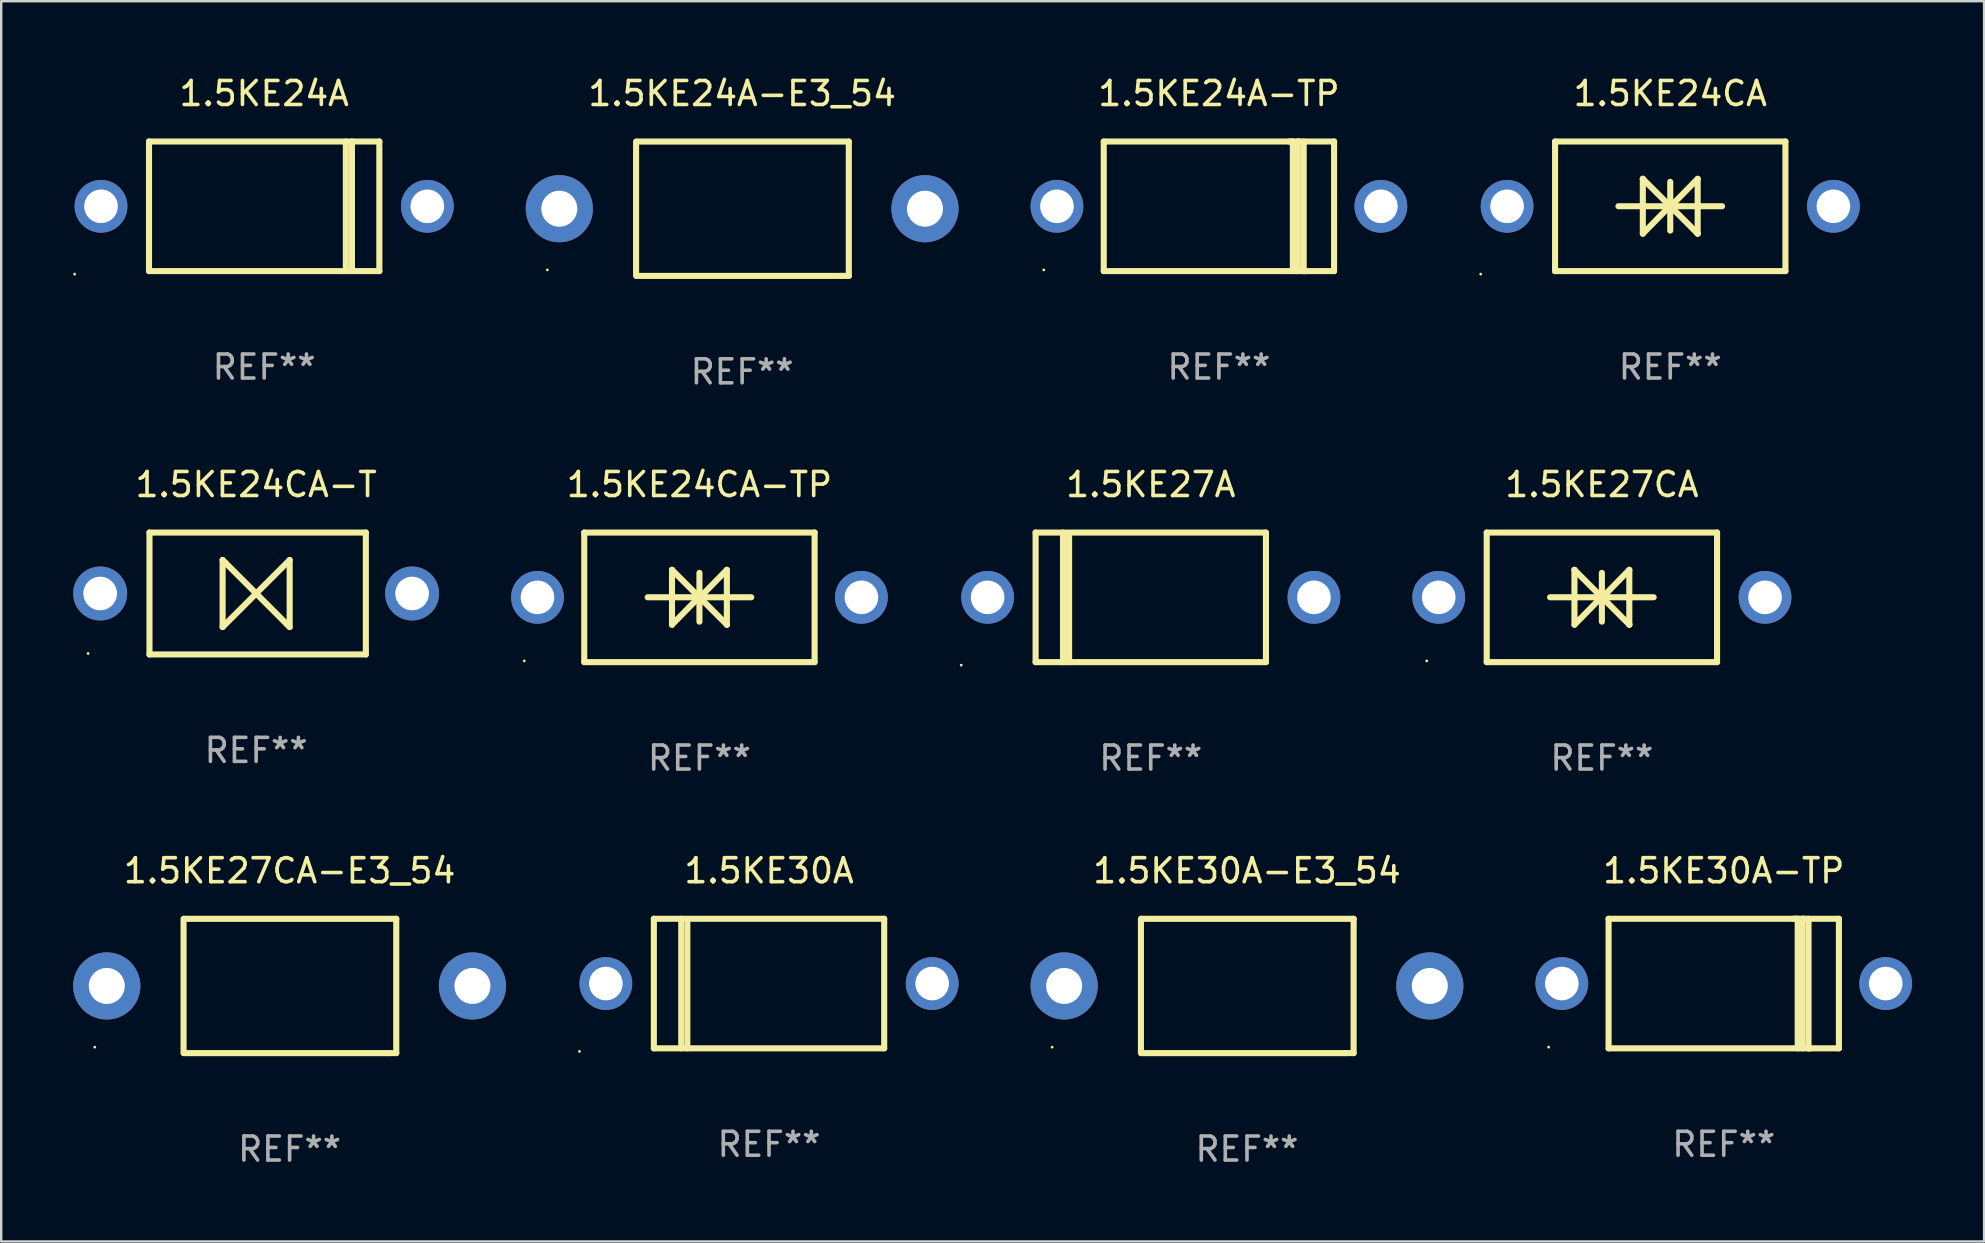
<source format=kicad_pcb>
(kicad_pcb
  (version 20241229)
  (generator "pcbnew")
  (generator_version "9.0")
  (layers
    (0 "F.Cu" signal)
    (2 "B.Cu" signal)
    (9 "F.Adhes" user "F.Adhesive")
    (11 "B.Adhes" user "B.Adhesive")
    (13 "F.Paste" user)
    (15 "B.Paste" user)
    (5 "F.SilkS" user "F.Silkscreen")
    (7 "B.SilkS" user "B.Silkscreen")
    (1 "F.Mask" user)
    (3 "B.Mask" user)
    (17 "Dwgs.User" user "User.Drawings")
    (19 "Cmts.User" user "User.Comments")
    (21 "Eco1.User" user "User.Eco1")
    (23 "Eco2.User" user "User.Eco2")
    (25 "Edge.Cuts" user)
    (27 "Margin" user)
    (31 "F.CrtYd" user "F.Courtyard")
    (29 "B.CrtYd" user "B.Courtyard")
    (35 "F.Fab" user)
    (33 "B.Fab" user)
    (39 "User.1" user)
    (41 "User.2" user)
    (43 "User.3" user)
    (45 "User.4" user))
  (footprint "1.5KE24CA-T"
    (layer "F.Cu")
    (at 7.625 21.685)
    (property "Reference" "1.5KE24CA-T" (at 0 -4.54 0) (layer "F.SilkS") (effects (font (size 1 1) (thickness 0.15))))
    (attr through_hole)
    (fp_line (start -4.445 -2.54) (end -4.445 2.54) (stroke (width 0.254) (type solid)) (layer "F.SilkS"))
    (fp_line (start -4.445 2.54) (end 4.572 2.54) (stroke (width 0.254) (type solid)) (layer "F.SilkS"))
    (fp_line (start -1.397 -1.397) (end -1.27 -1.27) (stroke (width 0.254) (type solid)) (layer "F.SilkS"))
    (fp_line (start -1.397 1.397) (end -1.397 -1.397) (stroke (width 0.254) (type solid)) (layer "F.SilkS"))
    (fp_line (start -1.27 -1.27) (end 0 0) (stroke (width 0.254) (type solid)) (layer "F.SilkS"))
    (fp_line (start 0 0) (end -1.397 1.397) (stroke (width 0.254) (type solid)) (layer "F.SilkS"))
    (fp_line (start 0 0) (end 1.397 -1.397) (stroke (width 0.254) (type solid)) (layer "F.SilkS"))
    (fp_line (start 1.27 1.27) (end 0 0) (stroke (width 0.254) (type solid)) (layer "F.SilkS"))
    (fp_line (start 1.397 -1.397) (end 1.397 1.397) (stroke (width 0.254) (type solid)) (layer "F.SilkS"))
    (fp_line (start 1.397 1.397) (end 1.27 1.27) (stroke (width 0.254) (type solid)) (layer "F.SilkS"))
    (fp_line (start 4.572 -2.54) (end -4.445 -2.54) (stroke (width 0.254) (type solid)) (layer "F.SilkS"))
    (fp_line (start 4.572 2.54) (end 4.572 -2.54) (stroke (width 0.254) (type solid)) (layer "F.SilkS"))
    (fp_circle (center -7.002 2.5) (end -6.972 2.5) (stroke (width 0.06) (type solid)) (fill no) (layer "F.SilkS"))
    (fp_text user "REF**" (at 0 6.54 0) (layer "F.Fab") (effects (font (size 1 1) (thickness 0.15))))
    (pad "1" thru_hole circle (at -6.5 0) (size 2.25 2.25) (drill 1.4) (layers "*.Cu" "*.Mask"))
    (pad "2" thru_hole circle (at 6.5 0) (size 2.25 2.25) (drill 1.4) (layers "*.Cu" "*.Mask")))
  (footprint "1.5KE27A"
    (layer "F.Cu")
    (at 44.91 21.845)
    (property "Reference" "1.5KE27A" (at 0 -4.7 0) (layer "F.SilkS") (effects (font (size 1 1) (thickness 0.15))))
    (attr through_hole)
    (fp_line (start -4.8 -2.7) (end 4.8 -2.7) (stroke (width 0.254) (type solid)) (layer "F.SilkS"))
    (fp_line (start -4.8 2.7) (end -4.8 -2.7) (stroke (width 0.254) (type solid)) (layer "F.SilkS"))
    (fp_line (start -3.658 2.7) (end -3.658 -2.7) (stroke (width 0.254) (type solid)) (layer "F.SilkS"))
    (fp_line (start -3.404 2.7) (end -3.404 -2.54) (stroke (width 0.254) (type solid)) (layer "F.SilkS"))
    (fp_line (start 4.8 2.7) (end -4.8 2.7) (stroke (width 0.254) (type solid)) (layer "F.SilkS"))
    (fp_line (start 4.8 2.7) (end 4.8 -2.7) (stroke (width 0.254) (type solid)) (layer "F.SilkS"))
    (fp_circle (center -7.9 2.827) (end -7.87 2.827) (stroke (width 0.06) (type solid)) (fill no) (layer "F.SilkS"))
    (fp_text user "REF**" (at 0 6.7 0) (layer "F.Fab") (effects (font (size 1 1) (thickness 0.15))))
    (pad "1" thru_hole circle (at -6.8 0) (size 2.2 2.2) (drill 1.4) (layers "*.Cu" "*.Mask"))
    (pad "2" thru_hole circle (at 6.8 0) (size 2.2 2.2) (drill 1.4) (layers "*.Cu" "*.Mask")))
  (footprint "1.5KE24A"
    (layer "F.Cu")
    (at 7.96 5.548)
    (property "Reference" "1.5KE24A" (at 0 -4.7 0) (layer "F.SilkS") (effects (font (size 1 1) (thickness 0.15))))
    (attr through_hole)
    (fp_line (start -4.8 -2.7) (end -4.8 2.7) (stroke (width 0.254) (type solid)) (layer "F.SilkS"))
    (fp_line (start -4.8 -2.7) (end 4.8 -2.7) (stroke (width 0.254) (type solid)) (layer "F.SilkS"))
    (fp_line (start 3.404 -2.7) (end 3.404 2.54) (stroke (width 0.254) (type solid)) (layer "F.SilkS"))
    (fp_line (start 3.658 -2.7) (end 3.658 2.7) (stroke (width 0.254) (type solid)) (layer "F.SilkS"))
    (fp_line (start 4.8 -2.7) (end 4.8 2.7) (stroke (width 0.254) (type solid)) (layer "F.SilkS"))
    (fp_line (start 4.8 2.7) (end -4.8 2.7) (stroke (width 0.254) (type solid)) (layer "F.SilkS"))
    (fp_circle (center -7.9 2.827) (end -7.87 2.827) (stroke (width 0.06) (type solid)) (fill no) (layer "F.SilkS"))
    (fp_text user "REF**" (at 0 6.7 0) (layer "F.Fab") (effects (font (size 1 1) (thickness 0.15))))
    (pad "1" thru_hole circle (at -6.8 0) (size 2.2 2.2) (drill 1.4) (layers "*.Cu" "*.Mask"))
    (pad "2" thru_hole circle (at 6.8 0) (size 2.2 2.2) (drill 1.4) (layers "*.Cu" "*.Mask")))
  (footprint "1.5KE30A-TP"
    (layer "F.Cu")
    (at 68.79 37.941)
    (property "Reference" "1.5KE30A-TP" (at 0 -4.7 0) (layer "F.SilkS") (effects (font (size 1 1) (thickness 0.15))))
    (attr through_hole)
    (fp_line (start -4.8 -2.7) (end -4.8 2.7) (stroke (width 0.254) (type solid)) (layer "F.SilkS"))
    (fp_line (start -4.8 -2.7) (end 4.8 -2.7) (stroke (width 0.254) (type solid)) (layer "F.SilkS"))
    (fp_line (start 2.912 -2.7) (end 3.082 -2.7) (stroke (width 0.254) (type solid)) (layer "F.SilkS"))
    (fp_line (start 3.082 -2.7) (end 3.082 2.7) (stroke (width 0.254) (type solid)) (layer "F.SilkS"))
    (fp_line (start 3.289 -2.7) (end 3.289 2.7) (stroke (width 0.254) (type solid)) (layer "F.SilkS"))
    (fp_line (start 3.381 -2.7) (end 3.289 -2.7) (stroke (width 0.254) (type solid)) (layer "F.SilkS"))
    (fp_line (start 3.533 2.7) (end 3.533 -2.7) (stroke (width 0.254) (type solid)) (layer "F.SilkS"))
    (fp_line (start 3.599 2.7) (end 3.533 2.7) (stroke (width 0.254) (type solid)) (layer "F.SilkS"))
    (fp_line (start 4.8 -2.7) (end 4.8 2.7) (stroke (width 0.254) (type solid)) (layer "F.SilkS"))
    (fp_line (start 4.8 2.7) (end -4.8 2.7) (stroke (width 0.254) (type solid)) (layer "F.SilkS"))
    (fp_circle (center -7.3 2.65) (end -7.27 2.65) (stroke (width 0.06) (type solid)) (fill no) (layer "F.SilkS"))
    (fp_text user "REF**" (at 0 6.7 0) (layer "F.Fab") (effects (font (size 1 1) (thickness 0.15))))
    (pad "1" thru_hole circle (at -6.75 0) (size 2.2 2.2) (drill 1.4) (layers "*.Cu" "*.Mask"))
    (pad "2" thru_hole circle (at 6.75 0) (size 2.2 2.2) (drill 1.4) (layers "*.Cu" "*.Mask")))
  (footprint "1.5KE24CA"
    (layer "F.Cu")
    (at 66.56 5.548)
    (property "Reference" "1.5KE24CA" (at 0 -4.7 0) (layer "F.SilkS") (effects (font (size 1 1) (thickness 0.15))))
    (attr through_hole)
    (fp_line (start -4.8 -2.7) (end -4.8 2.7) (stroke (width 0.254) (type solid)) (layer "F.SilkS"))
    (fp_line (start -4.8 -2.7) (end 4.8 -2.7) (stroke (width 0.254) (type solid)) (layer "F.SilkS"))
    (fp_line (start -2.159 -0.003) (end 2.159 -0.003) (stroke (width 0.254) (type solid)) (layer "F.SilkS"))
    (fp_line (start -1.143 -1.146) (end -1.143 1.14) (stroke (width 0.254) (type solid)) (layer "F.SilkS"))
    (fp_line (start -1.143 -1.143) (end -1.143 -1.146) (stroke (width 0.254) (type solid)) (layer "F.SilkS"))
    (fp_line (start 0 -1.019) (end 0 1.013) (stroke (width 0.254) (type solid)) (layer "F.SilkS"))
    (fp_line (start 0 -0.026) (end -1.143 1.14) (stroke (width 0.254) (type solid)) (layer "F.SilkS"))
    (fp_line (start 0 -0.006) (end 1.143 1.137) (stroke (width 0.254) (type solid)) (layer "F.SilkS"))
    (fp_line (start 0 0) (end -1.143 -1.143) (stroke (width 0.254) (type solid)) (layer "F.SilkS"))
    (fp_line (start 0 0.02) (end 1.143 -1.146) (stroke (width 0.254) (type solid)) (layer "F.SilkS"))
    (fp_line (start 1.143 1.137) (end 1.143 1.14) (stroke (width 0.254) (type solid)) (layer "F.SilkS"))
    (fp_line (start 1.143 1.14) (end 1.143 -1.146) (stroke (width 0.254) (type solid)) (layer "F.SilkS"))
    (fp_line (start 4.8 -2.7) (end 4.8 2.7) (stroke (width 0.254) (type solid)) (layer "F.SilkS"))
    (fp_line (start 4.8 2.7) (end -4.8 2.7) (stroke (width 0.254) (type solid)) (layer "F.SilkS"))
    (fp_circle (center -7.9 2.827) (end -7.87 2.827) (stroke (width 0.06) (type solid)) (fill no) (layer "F.SilkS"))
    (fp_text user "REF**" (at 0 6.7 0) (layer "F.Fab") (effects (font (size 1 1) (thickness 0.15))))
    (pad "1" thru_hole circle (at -6.8 0) (size 2.2 2.2) (drill 1.4) (layers "*.Cu" "*.Mask"))
    (pad "2" thru_hole circle (at 6.8 0) (size 2.2 2.2) (drill 1.4) (layers "*.Cu" "*.Mask")))
  (footprint "1.5KE27CA"
    (layer "F.Cu")
    (at 63.711 21.845)
    (property "Reference" "1.5KE27CA" (at 0 -4.7 0) (layer "F.SilkS") (effects (font (size 1 1) (thickness 0.15))))
    (attr through_hole)
    (fp_line (start -4.8 -2.7) (end -4.8 2.7) (stroke (width 0.254) (type solid)) (layer "F.SilkS"))
    (fp_line (start -4.8 -2.7) (end 4.8 -2.7) (stroke (width 0.254) (type solid)) (layer "F.SilkS"))
    (fp_line (start -2.159 -0.003) (end 2.159 -0.003) (stroke (width 0.254) (type solid)) (layer "F.SilkS"))
    (fp_line (start -1.143 -1.146) (end -1.143 1.14) (stroke (width 0.254) (type solid)) (layer "F.SilkS"))
    (fp_line (start -1.143 -1.143) (end -1.143 -1.146) (stroke (width 0.254) (type solid)) (layer "F.SilkS"))
    (fp_line (start 0 -1.019) (end 0 1.013) (stroke (width 0.254) (type solid)) (layer "F.SilkS"))
    (fp_line (start 0 -0.026) (end -1.143 1.14) (stroke (width 0.254) (type solid)) (layer "F.SilkS"))
    (fp_line (start 0 -0.006) (end 1.143 1.137) (stroke (width 0.254) (type solid)) (layer "F.SilkS"))
    (fp_line (start 0 0) (end -1.143 -1.143) (stroke (width 0.254) (type solid)) (layer "F.SilkS"))
    (fp_line (start 0 0.02) (end 1.143 -1.146) (stroke (width 0.254) (type solid)) (layer "F.SilkS"))
    (fp_line (start 1.143 1.137) (end 1.143 1.14) (stroke (width 0.254) (type solid)) (layer "F.SilkS"))
    (fp_line (start 1.143 1.14) (end 1.143 -1.146) (stroke (width 0.254) (type solid)) (layer "F.SilkS"))
    (fp_line (start 4.8 -2.7) (end 4.8 2.7) (stroke (width 0.254) (type solid)) (layer "F.SilkS"))
    (fp_line (start 4.8 2.7) (end -4.8 2.7) (stroke (width 0.254) (type solid)) (layer "F.SilkS"))
    (fp_circle (center -7.3 2.65) (end -7.27 2.65) (stroke (width 0.06) (type solid)) (fill no) (layer "F.SilkS"))
    (fp_text user "REF**" (at 0 6.7 0) (layer "F.Fab") (effects (font (size 1 1) (thickness 0.15))))
    (pad "1" thru_hole circle (at -6.8 0) (size 2.2 2.2) (drill 1.4) (layers "*.Cu" "*.Mask"))
    (pad "2" thru_hole circle (at 6.8 0) (size 2.2 2.2) (drill 1.4) (layers "*.Cu" "*.Mask")))
  (footprint "1.5KE24CA-TP"
    (layer "F.Cu")
    (at 26.1 21.845)
    (property "Reference" "1.5KE24CA-TP" (at 0 -4.7 0) (layer "F.SilkS") (effects (font (size 1 1) (thickness 0.15))))
    (attr through_hole)
    (fp_line (start -4.8 -2.7) (end -4.8 2.7) (stroke (width 0.254) (type solid)) (layer "F.SilkS"))
    (fp_line (start -4.8 -2.7) (end 4.8 -2.7) (stroke (width 0.254) (type solid)) (layer "F.SilkS"))
    (fp_line (start -2.159 -0.003) (end 2.159 -0.003) (stroke (width 0.254) (type solid)) (layer "F.SilkS"))
    (fp_line (start -1.143 -1.146) (end -1.143 1.14) (stroke (width 0.254) (type solid)) (layer "F.SilkS"))
    (fp_line (start -1.143 -1.143) (end -1.143 -1.146) (stroke (width 0.254) (type solid)) (layer "F.SilkS"))
    (fp_line (start 0 -1.019) (end 0 1.013) (stroke (width 0.254) (type solid)) (layer "F.SilkS"))
    (fp_line (start 0 -0.026) (end -1.143 1.14) (stroke (width 0.254) (type solid)) (layer "F.SilkS"))
    (fp_line (start 0 -0.006) (end 1.143 1.137) (stroke (width 0.254) (type solid)) (layer "F.SilkS"))
    (fp_line (start 0 0) (end -1.143 -1.143) (stroke (width 0.254) (type solid)) (layer "F.SilkS"))
    (fp_line (start 0 0.02) (end 1.143 -1.146) (stroke (width 0.254) (type solid)) (layer "F.SilkS"))
    (fp_line (start 1.143 1.137) (end 1.143 1.14) (stroke (width 0.254) (type solid)) (layer "F.SilkS"))
    (fp_line (start 1.143 1.14) (end 1.143 -1.146) (stroke (width 0.254) (type solid)) (layer "F.SilkS"))
    (fp_line (start 4.8 -2.7) (end 4.8 2.7) (stroke (width 0.254) (type solid)) (layer "F.SilkS"))
    (fp_line (start 4.8 2.7) (end -4.8 2.7) (stroke (width 0.254) (type solid)) (layer "F.SilkS"))
    (fp_circle (center -7.3 2.65) (end -7.27 2.65) (stroke (width 0.06) (type solid)) (fill no) (layer "F.SilkS"))
    (fp_text user "REF**" (at 0 6.7 0) (layer "F.Fab") (effects (font (size 1 1) (thickness 0.15))))
    (pad "1" thru_hole circle (at -6.75 0) (size 2.2 2.2) (drill 1.4) (layers "*.Cu" "*.Mask"))
    (pad "2" thru_hole circle (at 6.75 0) (size 2.2 2.2) (drill 1.4) (layers "*.Cu" "*.Mask")))
  (footprint "1.5KE24A-TP"
    (layer "F.Cu")
    (at 47.75 5.548)
    (property "Reference" "1.5KE24A-TP" (at 0 -4.7 0) (layer "F.SilkS") (effects (font (size 1 1) (thickness 0.15))))
    (attr through_hole)
    (fp_line (start -4.8 -2.7) (end -4.8 2.7) (stroke (width 0.254) (type solid)) (layer "F.SilkS"))
    (fp_line (start -4.8 -2.7) (end 4.8 -2.7) (stroke (width 0.254) (type solid)) (layer "F.SilkS"))
    (fp_line (start 2.912 -2.7) (end 3.082 -2.7) (stroke (width 0.254) (type solid)) (layer "F.SilkS"))
    (fp_line (start 3.082 -2.7) (end 3.082 2.7) (stroke (width 0.254) (type solid)) (layer "F.SilkS"))
    (fp_line (start 3.289 -2.7) (end 3.289 2.7) (stroke (width 0.254) (type solid)) (layer "F.SilkS"))
    (fp_line (start 3.381 -2.7) (end 3.289 -2.7) (stroke (width 0.254) (type solid)) (layer "F.SilkS"))
    (fp_line (start 3.533 2.7) (end 3.533 -2.7) (stroke (width 0.254) (type solid)) (layer "F.SilkS"))
    (fp_line (start 3.599 2.7) (end 3.533 2.7) (stroke (width 0.254) (type solid)) (layer "F.SilkS"))
    (fp_line (start 4.8 -2.7) (end 4.8 2.7) (stroke (width 0.254) (type solid)) (layer "F.SilkS"))
    (fp_line (start 4.8 2.7) (end -4.8 2.7) (stroke (width 0.254) (type solid)) (layer "F.SilkS"))
    (fp_circle (center -7.3 2.65) (end -7.27 2.65) (stroke (width 0.06) (type solid)) (fill no) (layer "F.SilkS"))
    (fp_text user "REF**" (at 0 6.7 0) (layer "F.Fab") (effects (font (size 1 1) (thickness 0.15))))
    (pad "1" thru_hole circle (at -6.75 0) (size 2.2 2.2) (drill 1.4) (layers "*.Cu" "*.Mask"))
    (pad "2" thru_hole circle (at 6.75 0) (size 2.2 2.2) (drill 1.4) (layers "*.Cu" "*.Mask")))
  (footprint "1.5KE30A"
    (layer "F.Cu")
    (at 29 37.941)
    (property "Reference" "1.5KE30A" (at 0 -4.7 0) (layer "F.SilkS") (effects (font (size 1 1) (thickness 0.15))))
    (attr through_hole)
    (fp_line (start -4.8 -2.7) (end 4.8 -2.7) (stroke (width 0.254) (type solid)) (layer "F.SilkS"))
    (fp_line (start -4.8 2.7) (end -4.8 -2.7) (stroke (width 0.254) (type solid)) (layer "F.SilkS"))
    (fp_line (start -3.658 2.7) (end -3.658 -2.7) (stroke (width 0.254) (type solid)) (layer "F.SilkS"))
    (fp_line (start -3.404 2.7) (end -3.404 -2.54) (stroke (width 0.254) (type solid)) (layer "F.SilkS"))
    (fp_line (start 4.8 2.7) (end -4.8 2.7) (stroke (width 0.254) (type solid)) (layer "F.SilkS"))
    (fp_line (start 4.8 2.7) (end 4.8 -2.7) (stroke (width 0.254) (type solid)) (layer "F.SilkS"))
    (fp_circle (center -7.9 2.827) (end -7.87 2.827) (stroke (width 0.06) (type solid)) (fill no) (layer "F.SilkS"))
    (fp_text user "REF**" (at 0 6.7 0) (layer "F.Fab") (effects (font (size 1 1) (thickness 0.15))))
    (pad "1" thru_hole circle (at -6.8 0) (size 2.2 2.2) (drill 1.4) (layers "*.Cu" "*.Mask"))
    (pad "2" thru_hole circle (at 6.8 0) (size 2.2 2.2) (drill 1.4) (layers "*.Cu" "*.Mask")))
  (footprint "1.5KE30A-E3_54"
    (layer "F.Cu")
    (at 48.92 38.041)
    (property "Reference" "1.5KE30A-E3_54" (at 0 -4.8 0) (layer "F.SilkS") (effects (font (size 1 1) (thickness 0.15))))
    (attr through_hole)
    (fp_line (start -4.42 2.8) (end -4.42 -2.8) (stroke (width 0.254) (type solid)) (layer "F.SilkS"))
    (fp_line (start -4.379 -2.799) (end 4.445 -2.799) (stroke (width 0.254) (type solid)) (layer "F.SilkS"))
    (fp_line (start 4.12 2.8) (end -4.38 2.8) (stroke (width 0.254) (type solid)) (layer "F.SilkS"))
    (fp_line (start 4.445 -2.799) (end 4.445 2.799) (stroke (width 0.254) (type solid)) (layer "F.SilkS"))
    (fp_line (start 4.445 2.799) (end 4.12 2.799) (stroke (width 0.254) (type solid)) (layer "F.SilkS"))
    (fp_circle (center -8.12 2.55) (end -8.09 2.55) (stroke (width 0.06) (type solid)) (fill no) (layer "F.SilkS"))
    (fp_text user "REF**" (at 0 6.8 0) (layer "F.Fab") (effects (font (size 1 1) (thickness 0.15))))
    (pad "1" thru_hole circle (at -7.62 0) (size 2.8 2.8) (drill 1.5) (layers "*.Cu" "*.Mask"))
    (pad "2" thru_hole circle (at 7.62 0) (size 2.8 2.8) (drill 1.5) (layers "*.Cu" "*.Mask")))
  (footprint "1.5KE24A-E3_54"
    (layer "F.Cu")
    (at 27.88 5.648)
    (property "Reference" "1.5KE24A-E3_54" (at 0 -4.8 0) (layer "F.SilkS") (effects (font (size 1 1) (thickness 0.15))))
    (attr through_hole)
    (fp_line (start -4.42 2.8) (end -4.42 -2.8) (stroke (width 0.254) (type solid)) (layer "F.SilkS"))
    (fp_line (start -4.379 -2.799) (end 4.445 -2.799) (stroke (width 0.254) (type solid)) (layer "F.SilkS"))
    (fp_line (start 4.12 2.8) (end -4.38 2.8) (stroke (width 0.254) (type solid)) (layer "F.SilkS"))
    (fp_line (start 4.445 -2.799) (end 4.445 2.799) (stroke (width 0.254) (type solid)) (layer "F.SilkS"))
    (fp_line (start 4.445 2.799) (end 4.12 2.799) (stroke (width 0.254) (type solid)) (layer "F.SilkS"))
    (fp_circle (center -8.12 2.55) (end -8.09 2.55) (stroke (width 0.06) (type solid)) (fill no) (layer "F.SilkS"))
    (fp_text user "REF**" (at 0 6.8 0) (layer "F.Fab") (effects (font (size 1 1) (thickness 0.15))))
    (pad "1" thru_hole circle (at -7.62 0) (size 2.8 2.8) (drill 1.5) (layers "*.Cu" "*.Mask"))
    (pad "2" thru_hole circle (at 7.62 0) (size 2.8 2.8) (drill 1.5) (layers "*.Cu" "*.Mask")))
  (footprint "1.5KE27CA-E3_54"
    (layer "F.Cu")
    (at 9.02 38.041)
    (property "Reference" "1.5KE27CA-E3_54" (at 0 -4.8 0) (layer "F.SilkS") (effects (font (size 1 1) (thickness 0.15))))
    (attr through_hole)
    (fp_line (start -4.42 2.8) (end -4.42 -2.8) (stroke (width 0.254) (type solid)) (layer "F.SilkS"))
    (fp_line (start -4.379 -2.799) (end 4.445 -2.799) (stroke (width 0.254) (type solid)) (layer "F.SilkS"))
    (fp_line (start 4.12 2.8) (end -4.38 2.8) (stroke (width 0.254) (type solid)) (layer "F.SilkS"))
    (fp_line (start 4.445 -2.799) (end 4.445 2.799) (stroke (width 0.254) (type solid)) (layer "F.SilkS"))
    (fp_line (start 4.445 2.799) (end 4.12 2.799) (stroke (width 0.254) (type solid)) (layer "F.SilkS"))
    (fp_circle (center -8.12 2.55) (end -8.09 2.55) (stroke (width 0.06) (type solid)) (fill no) (layer "F.SilkS"))
    (fp_text user "REF**" (at 0 6.8 0) (layer "F.Fab") (effects (font (size 1 1) (thickness 0.15))))
    (pad "1" thru_hole circle (at -7.62 0) (size 2.8 2.8) (drill 1.5) (layers "*.Cu" "*.Mask"))
    (pad "2" thru_hole circle (at 7.62 0) (size 2.8 2.8) (drill 1.5) (layers "*.Cu" "*.Mask")))
  (gr_rect
    (start -3 -3)
    (end 79.64 48.69)
    (stroke (width 0.1) (type default))
    (fill no)
    (layer "Edge.Cuts")))
</source>
